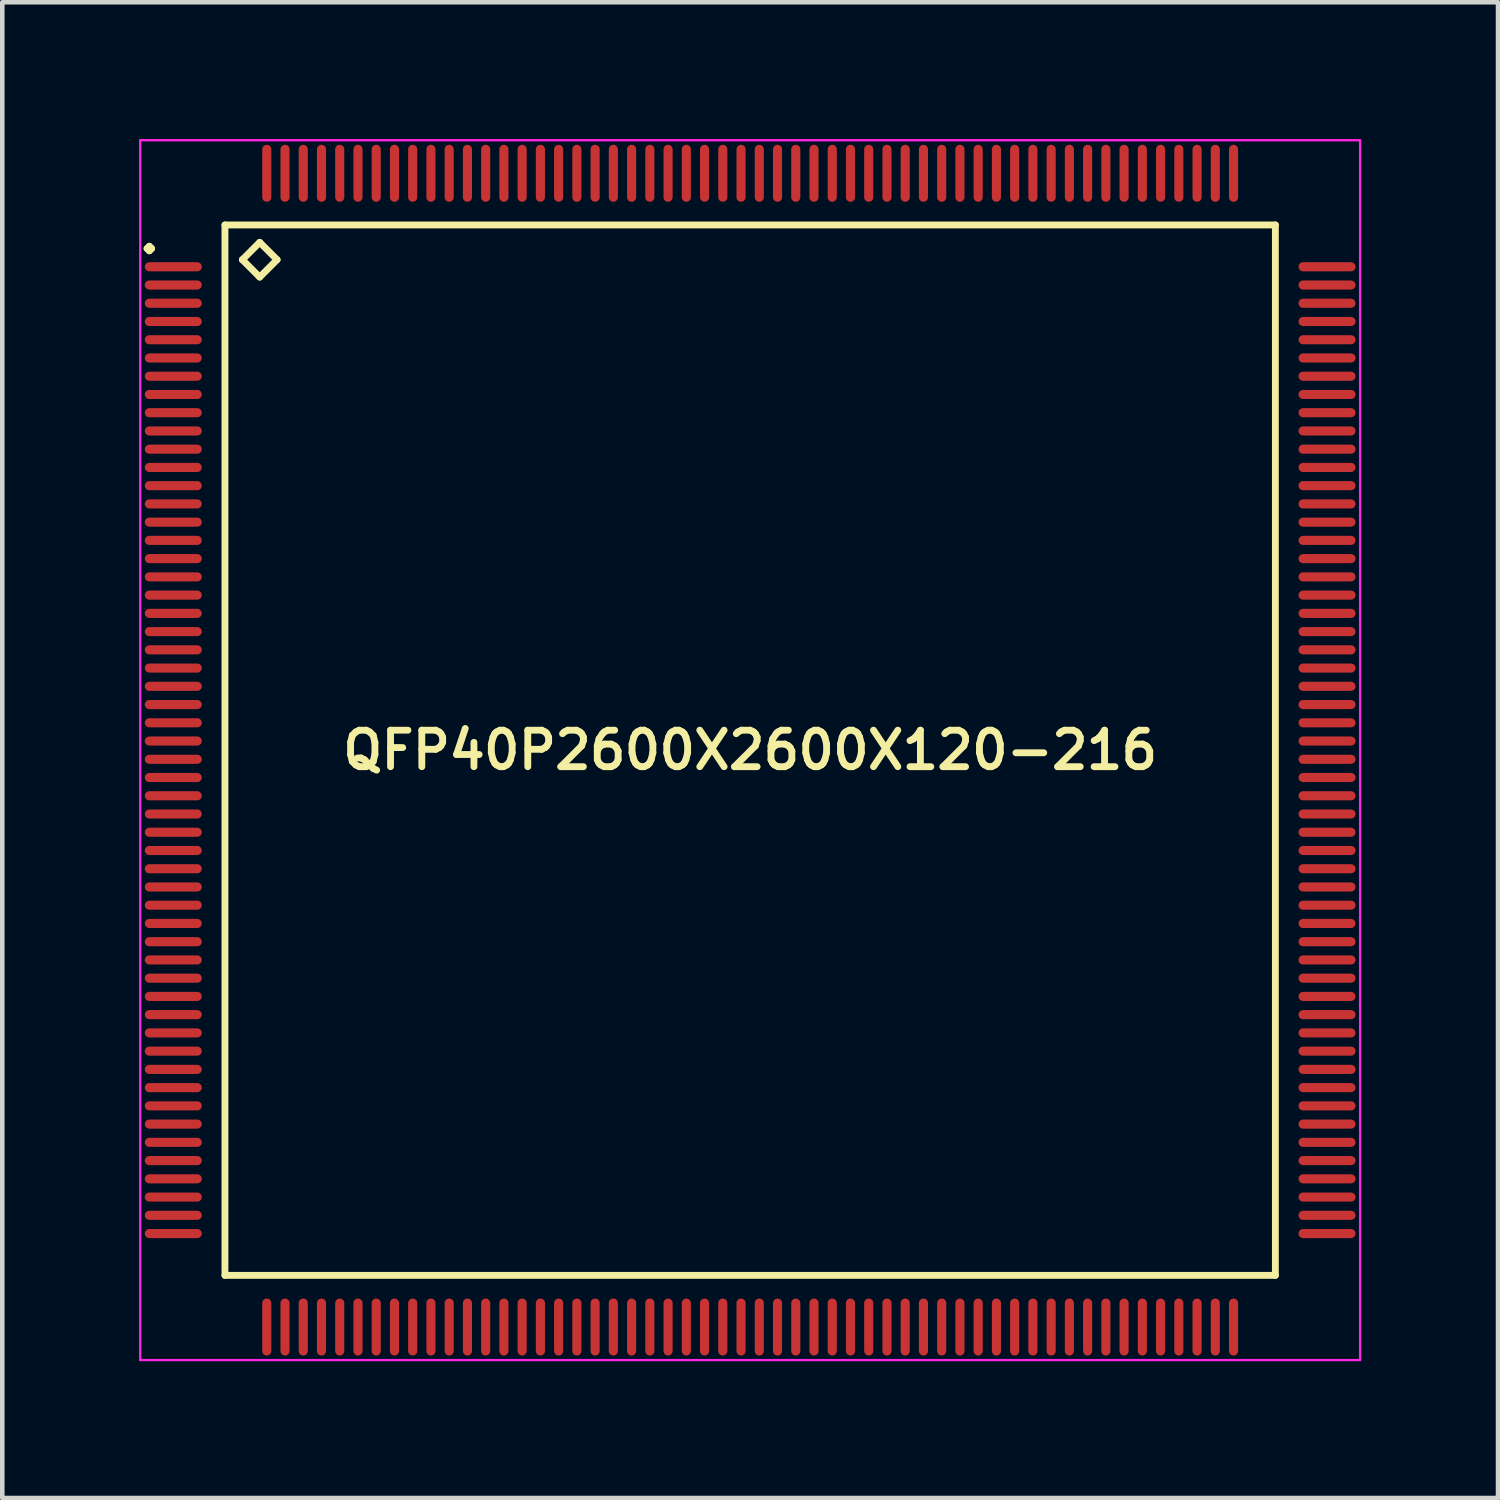
<source format=kicad_pcb>
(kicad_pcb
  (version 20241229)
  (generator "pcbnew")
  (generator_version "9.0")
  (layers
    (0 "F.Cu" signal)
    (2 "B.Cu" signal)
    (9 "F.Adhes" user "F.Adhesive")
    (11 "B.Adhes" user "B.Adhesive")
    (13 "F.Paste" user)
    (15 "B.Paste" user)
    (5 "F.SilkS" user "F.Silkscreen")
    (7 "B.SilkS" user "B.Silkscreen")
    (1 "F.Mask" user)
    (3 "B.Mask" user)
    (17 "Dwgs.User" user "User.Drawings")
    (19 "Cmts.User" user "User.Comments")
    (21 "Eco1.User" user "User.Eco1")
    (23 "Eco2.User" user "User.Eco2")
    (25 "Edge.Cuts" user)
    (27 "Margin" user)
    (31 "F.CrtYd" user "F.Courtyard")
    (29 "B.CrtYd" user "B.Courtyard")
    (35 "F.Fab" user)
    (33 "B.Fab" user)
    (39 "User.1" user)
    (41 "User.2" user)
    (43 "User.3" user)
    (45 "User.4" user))
  (footprint "QFP40P2600X2600X120-216"
    (layer "F.Cu")
    (at 13.4 13.4)
    (property "Reference" "QFP40P2600X2600X120-216" (at 0 0 0) (layer "F.SilkS") (effects (font (size 0.8 0.8) (thickness 0.15))))
    (attr smd)
    (fp_line (start -13.225 -11) (end -13.175 -11.05) (stroke (width 0.15) (type solid)) (layer "F.SilkS"))
    (fp_line (start -13.175 -11.05) (end -13.125 -11) (stroke (width 0.15) (type solid)) (layer "F.SilkS"))
    (fp_line (start -13.175 -10.95) (end -13.225 -11) (stroke (width 0.15) (type solid)) (layer "F.SilkS"))
    (fp_line (start -13.125 -11) (end -13.175 -10.95) (stroke (width 0.15) (type solid)) (layer "F.SilkS"))
    (fp_line (start -11.517 -11.517) (end -11.517 11.517) (stroke (width 0.15) (type solid)) (layer "F.SilkS"))
    (fp_line (start -11.517 11.517) (end 11.517 11.517) (stroke (width 0.15) (type solid)) (layer "F.SilkS"))
    (fp_line (start -11.136 -10.755) (end -10.755 -11.136) (stroke (width 0.15) (type solid)) (layer "F.SilkS"))
    (fp_line (start -10.755 -11.136) (end -10.374 -10.755) (stroke (width 0.15) (type solid)) (layer "F.SilkS"))
    (fp_line (start -10.755 -10.374) (end -11.136 -10.755) (stroke (width 0.15) (type solid)) (layer "F.SilkS"))
    (fp_line (start -10.374 -10.755) (end -10.755 -10.374) (stroke (width 0.15) (type solid)) (layer "F.SilkS"))
    (fp_line (start 11.517 -11.517) (end -11.517 -11.517) (stroke (width 0.15) (type solid)) (layer "F.SilkS"))
    (fp_line (start 11.517 11.517) (end 11.517 -11.517) (stroke (width 0.15) (type solid)) (layer "F.SilkS"))
    (fp_line (start -13.375 -13.375) (end 13.375 -13.375) (stroke (width 0.05) (type solid)) (layer "F.CrtYd"))
    (fp_line (start -13.375 13.375) (end -13.375 -13.375) (stroke (width 0.05) (type solid)) (layer "F.CrtYd"))
    (fp_line (start 13.375 -13.375) (end 13.375 13.375) (stroke (width 0.05) (type solid)) (layer "F.CrtYd"))
    (fp_line (start 13.375 13.375) (end -13.375 13.375) (stroke (width 0.05) (type solid)) (layer "F.CrtYd"))
    (pad "1" smd oval (at -12.65 -10.6) (size 1.25 0.2) (layers "F.Cu" "F.Mask" "F.Paste"))
    (pad "2" smd oval (at -12.65 -10.2) (size 1.25 0.2) (layers "F.Cu" "F.Mask" "F.Paste"))
    (pad "3" smd oval (at -12.65 -9.8) (size 1.25 0.2) (layers "F.Cu" "F.Mask" "F.Paste"))
    (pad "4" smd oval (at -12.65 -9.4) (size 1.25 0.2) (layers "F.Cu" "F.Mask" "F.Paste"))
    (pad "5" smd oval (at -12.65 -9) (size 1.25 0.2) (layers "F.Cu" "F.Mask" "F.Paste"))
    (pad "6" smd oval (at -12.65 -8.6) (size 1.25 0.2) (layers "F.Cu" "F.Mask" "F.Paste"))
    (pad "7" smd oval (at -12.65 -8.2) (size 1.25 0.2) (layers "F.Cu" "F.Mask" "F.Paste"))
    (pad "8" smd oval (at -12.65 -7.8) (size 1.25 0.2) (layers "F.Cu" "F.Mask" "F.Paste"))
    (pad "9" smd oval (at -12.65 -7.4) (size 1.25 0.2) (layers "F.Cu" "F.Mask" "F.Paste"))
    (pad "10" smd oval (at -12.65 -7) (size 1.25 0.2) (layers "F.Cu" "F.Mask" "F.Paste"))
    (pad "11" smd oval (at -12.65 -6.6) (size 1.25 0.2) (layers "F.Cu" "F.Mask" "F.Paste"))
    (pad "12" smd oval (at -12.65 -6.2) (size 1.25 0.2) (layers "F.Cu" "F.Mask" "F.Paste"))
    (pad "13" smd oval (at -12.65 -5.8) (size 1.25 0.2) (layers "F.Cu" "F.Mask" "F.Paste"))
    (pad "14" smd oval (at -12.65 -5.4) (size 1.25 0.2) (layers "F.Cu" "F.Mask" "F.Paste"))
    (pad "15" smd oval (at -12.65 -5) (size 1.25 0.2) (layers "F.Cu" "F.Mask" "F.Paste"))
    (pad "16" smd oval (at -12.65 -4.6) (size 1.25 0.2) (layers "F.Cu" "F.Mask" "F.Paste"))
    (pad "17" smd oval (at -12.65 -4.2) (size 1.25 0.2) (layers "F.Cu" "F.Mask" "F.Paste"))
    (pad "18" smd oval (at -12.65 -3.8) (size 1.25 0.2) (layers "F.Cu" "F.Mask" "F.Paste"))
    (pad "19" smd oval (at -12.65 -3.4) (size 1.25 0.2) (layers "F.Cu" "F.Mask" "F.Paste"))
    (pad "20" smd oval (at -12.65 -3) (size 1.25 0.2) (layers "F.Cu" "F.Mask" "F.Paste"))
    (pad "21" smd oval (at -12.65 -2.6) (size 1.25 0.2) (layers "F.Cu" "F.Mask" "F.Paste"))
    (pad "22" smd oval (at -12.65 -2.2) (size 1.25 0.2) (layers "F.Cu" "F.Mask" "F.Paste"))
    (pad "23" smd oval (at -12.65 -1.8) (size 1.25 0.2) (layers "F.Cu" "F.Mask" "F.Paste"))
    (pad "24" smd oval (at -12.65 -1.4) (size 1.25 0.2) (layers "F.Cu" "F.Mask" "F.Paste"))
    (pad "25" smd oval (at -12.65 -1) (size 1.25 0.2) (layers "F.Cu" "F.Mask" "F.Paste"))
    (pad "26" smd oval (at -12.65 -0.6) (size 1.25 0.2) (layers "F.Cu" "F.Mask" "F.Paste"))
    (pad "27" smd oval (at -12.65 -0.2) (size 1.25 0.2) (layers "F.Cu" "F.Mask" "F.Paste"))
    (pad "28" smd oval (at -12.65 0.2) (size 1.25 0.2) (layers "F.Cu" "F.Mask" "F.Paste"))
    (pad "29" smd oval (at -12.65 0.6) (size 1.25 0.2) (layers "F.Cu" "F.Mask" "F.Paste"))
    (pad "30" smd oval (at -12.65 1) (size 1.25 0.2) (layers "F.Cu" "F.Mask" "F.Paste"))
    (pad "31" smd oval (at -12.65 1.4) (size 1.25 0.2) (layers "F.Cu" "F.Mask" "F.Paste"))
    (pad "32" smd oval (at -12.65 1.8) (size 1.25 0.2) (layers "F.Cu" "F.Mask" "F.Paste"))
    (pad "33" smd oval (at -12.65 2.2) (size 1.25 0.2) (layers "F.Cu" "F.Mask" "F.Paste"))
    (pad "34" smd oval (at -12.65 2.6) (size 1.25 0.2) (layers "F.Cu" "F.Mask" "F.Paste"))
    (pad "35" smd oval (at -12.65 3) (size 1.25 0.2) (layers "F.Cu" "F.Mask" "F.Paste"))
    (pad "36" smd oval (at -12.65 3.4) (size 1.25 0.2) (layers "F.Cu" "F.Mask" "F.Paste"))
    (pad "37" smd oval (at -12.65 3.8) (size 1.25 0.2) (layers "F.Cu" "F.Mask" "F.Paste"))
    (pad "38" smd oval (at -12.65 4.2) (size 1.25 0.2) (layers "F.Cu" "F.Mask" "F.Paste"))
    (pad "39" smd oval (at -12.65 4.6) (size 1.25 0.2) (layers "F.Cu" "F.Mask" "F.Paste"))
    (pad "40" smd oval (at -12.65 5) (size 1.25 0.2) (layers "F.Cu" "F.Mask" "F.Paste"))
    (pad "41" smd oval (at -12.65 5.4) (size 1.25 0.2) (layers "F.Cu" "F.Mask" "F.Paste"))
    (pad "42" smd oval (at -12.65 5.8) (size 1.25 0.2) (layers "F.Cu" "F.Mask" "F.Paste"))
    (pad "43" smd oval (at -12.65 6.2) (size 1.25 0.2) (layers "F.Cu" "F.Mask" "F.Paste"))
    (pad "44" smd oval (at -12.65 6.6) (size 1.25 0.2) (layers "F.Cu" "F.Mask" "F.Paste"))
    (pad "45" smd oval (at -12.65 7) (size 1.25 0.2) (layers "F.Cu" "F.Mask" "F.Paste"))
    (pad "46" smd oval (at -12.65 7.4) (size 1.25 0.2) (layers "F.Cu" "F.Mask" "F.Paste"))
    (pad "47" smd oval (at -12.65 7.8) (size 1.25 0.2) (layers "F.Cu" "F.Mask" "F.Paste"))
    (pad "48" smd oval (at -12.65 8.2) (size 1.25 0.2) (layers "F.Cu" "F.Mask" "F.Paste"))
    (pad "49" smd oval (at -12.65 8.6) (size 1.25 0.2) (layers "F.Cu" "F.Mask" "F.Paste"))
    (pad "50" smd oval (at -12.65 9) (size 1.25 0.2) (layers "F.Cu" "F.Mask" "F.Paste"))
    (pad "51" smd oval (at -12.65 9.4) (size 1.25 0.2) (layers "F.Cu" "F.Mask" "F.Paste"))
    (pad "52" smd oval (at -12.65 9.8) (size 1.25 0.2) (layers "F.Cu" "F.Mask" "F.Paste"))
    (pad "53" smd oval (at -12.65 10.2) (size 1.25 0.2) (layers "F.Cu" "F.Mask" "F.Paste"))
    (pad "54" smd oval (at -12.65 10.6) (size 1.25 0.2) (layers "F.Cu" "F.Mask" "F.Paste"))
    (pad "55" smd oval (at -10.6 12.65) (size 0.2 1.25) (layers "F.Cu" "F.Mask" "F.Paste"))
    (pad "56" smd oval (at -10.2 12.65) (size 0.2 1.25) (layers "F.Cu" "F.Mask" "F.Paste"))
    (pad "57" smd oval (at -9.8 12.65) (size 0.2 1.25) (layers "F.Cu" "F.Mask" "F.Paste"))
    (pad "58" smd oval (at -9.4 12.65) (size 0.2 1.25) (layers "F.Cu" "F.Mask" "F.Paste"))
    (pad "59" smd oval (at -9 12.65) (size 0.2 1.25) (layers "F.Cu" "F.Mask" "F.Paste"))
    (pad "60" smd oval (at -8.6 12.65) (size 0.2 1.25) (layers "F.Cu" "F.Mask" "F.Paste"))
    (pad "61" smd oval (at -8.2 12.65) (size 0.2 1.25) (layers "F.Cu" "F.Mask" "F.Paste"))
    (pad "62" smd oval (at -7.8 12.65) (size 0.2 1.25) (layers "F.Cu" "F.Mask" "F.Paste"))
    (pad "63" smd oval (at -7.4 12.65) (size 0.2 1.25) (layers "F.Cu" "F.Mask" "F.Paste"))
    (pad "64" smd oval (at -7 12.65) (size 0.2 1.25) (layers "F.Cu" "F.Mask" "F.Paste"))
    (pad "65" smd oval (at -6.6 12.65) (size 0.2 1.25) (layers "F.Cu" "F.Mask" "F.Paste"))
    (pad "66" smd oval (at -6.2 12.65) (size 0.2 1.25) (layers "F.Cu" "F.Mask" "F.Paste"))
    (pad "67" smd oval (at -5.8 12.65) (size 0.2 1.25) (layers "F.Cu" "F.Mask" "F.Paste"))
    (pad "68" smd oval (at -5.4 12.65) (size 0.2 1.25) (layers "F.Cu" "F.Mask" "F.Paste"))
    (pad "69" smd oval (at -5 12.65) (size 0.2 1.25) (layers "F.Cu" "F.Mask" "F.Paste"))
    (pad "70" smd oval (at -4.6 12.65) (size 0.2 1.25) (layers "F.Cu" "F.Mask" "F.Paste"))
    (pad "71" smd oval (at -4.2 12.65) (size 0.2 1.25) (layers "F.Cu" "F.Mask" "F.Paste"))
    (pad "72" smd oval (at -3.8 12.65) (size 0.2 1.25) (layers "F.Cu" "F.Mask" "F.Paste"))
    (pad "73" smd oval (at -3.4 12.65) (size 0.2 1.25) (layers "F.Cu" "F.Mask" "F.Paste"))
    (pad "74" smd oval (at -3 12.65) (size 0.2 1.25) (layers "F.Cu" "F.Mask" "F.Paste"))
    (pad "75" smd oval (at -2.6 12.65) (size 0.2 1.25) (layers "F.Cu" "F.Mask" "F.Paste"))
    (pad "76" smd oval (at -2.2 12.65) (size 0.2 1.25) (layers "F.Cu" "F.Mask" "F.Paste"))
    (pad "77" smd oval (at -1.8 12.65) (size 0.2 1.25) (layers "F.Cu" "F.Mask" "F.Paste"))
    (pad "78" smd oval (at -1.4 12.65) (size 0.2 1.25) (layers "F.Cu" "F.Mask" "F.Paste"))
    (pad "79" smd oval (at -1 12.65) (size 0.2 1.25) (layers "F.Cu" "F.Mask" "F.Paste"))
    (pad "80" smd oval (at -0.6 12.65) (size 0.2 1.25) (layers "F.Cu" "F.Mask" "F.Paste"))
    (pad "81" smd oval (at -0.2 12.65) (size 0.2 1.25) (layers "F.Cu" "F.Mask" "F.Paste"))
    (pad "82" smd oval (at 0.2 12.65) (size 0.2 1.25) (layers "F.Cu" "F.Mask" "F.Paste"))
    (pad "83" smd oval (at 0.6 12.65) (size 0.2 1.25) (layers "F.Cu" "F.Mask" "F.Paste"))
    (pad "84" smd oval (at 1 12.65) (size 0.2 1.25) (layers "F.Cu" "F.Mask" "F.Paste"))
    (pad "85" smd oval (at 1.4 12.65) (size 0.2 1.25) (layers "F.Cu" "F.Mask" "F.Paste"))
    (pad "86" smd oval (at 1.8 12.65) (size 0.2 1.25) (layers "F.Cu" "F.Mask" "F.Paste"))
    (pad "87" smd oval (at 2.2 12.65) (size 0.2 1.25) (layers "F.Cu" "F.Mask" "F.Paste"))
    (pad "88" smd oval (at 2.6 12.65) (size 0.2 1.25) (layers "F.Cu" "F.Mask" "F.Paste"))
    (pad "89" smd oval (at 3 12.65) (size 0.2 1.25) (layers "F.Cu" "F.Mask" "F.Paste"))
    (pad "90" smd oval (at 3.4 12.65) (size 0.2 1.25) (layers "F.Cu" "F.Mask" "F.Paste"))
    (pad "91" smd oval (at 3.8 12.65) (size 0.2 1.25) (layers "F.Cu" "F.Mask" "F.Paste"))
    (pad "92" smd oval (at 4.2 12.65) (size 0.2 1.25) (layers "F.Cu" "F.Mask" "F.Paste"))
    (pad "93" smd oval (at 4.6 12.65) (size 0.2 1.25) (layers "F.Cu" "F.Mask" "F.Paste"))
    (pad "94" smd oval (at 5 12.65) (size 0.2 1.25) (layers "F.Cu" "F.Mask" "F.Paste"))
    (pad "95" smd oval (at 5.4 12.65) (size 0.2 1.25) (layers "F.Cu" "F.Mask" "F.Paste"))
    (pad "96" smd oval (at 5.8 12.65) (size 0.2 1.25) (layers "F.Cu" "F.Mask" "F.Paste"))
    (pad "97" smd oval (at 6.2 12.65) (size 0.2 1.25) (layers "F.Cu" "F.Mask" "F.Paste"))
    (pad "98" smd oval (at 6.6 12.65) (size 0.2 1.25) (layers "F.Cu" "F.Mask" "F.Paste"))
    (pad "99" smd oval (at 7 12.65) (size 0.2 1.25) (layers "F.Cu" "F.Mask" "F.Paste"))
    (pad "100" smd oval (at 7.4 12.65) (size 0.2 1.25) (layers "F.Cu" "F.Mask" "F.Paste"))
    (pad "101" smd oval (at 7.8 12.65) (size 0.2 1.25) (layers "F.Cu" "F.Mask" "F.Paste"))
    (pad "102" smd oval (at 8.2 12.65) (size 0.2 1.25) (layers "F.Cu" "F.Mask" "F.Paste"))
    (pad "103" smd oval (at 8.6 12.65) (size 0.2 1.25) (layers "F.Cu" "F.Mask" "F.Paste"))
    (pad "104" smd oval (at 9 12.65) (size 0.2 1.25) (layers "F.Cu" "F.Mask" "F.Paste"))
    (pad "105" smd oval (at 9.4 12.65) (size 0.2 1.25) (layers "F.Cu" "F.Mask" "F.Paste"))
    (pad "106" smd oval (at 9.8 12.65) (size 0.2 1.25) (layers "F.Cu" "F.Mask" "F.Paste"))
    (pad "107" smd oval (at 10.2 12.65) (size 0.2 1.25) (layers "F.Cu" "F.Mask" "F.Paste"))
    (pad "108" smd oval (at 10.6 12.65) (size 0.2 1.25) (layers "F.Cu" "F.Mask" "F.Paste"))
    (pad "109" smd oval (at 12.65 10.6) (size 1.25 0.2) (layers "F.Cu" "F.Mask" "F.Paste"))
    (pad "110" smd oval (at 12.65 10.2) (size 1.25 0.2) (layers "F.Cu" "F.Mask" "F.Paste"))
    (pad "111" smd oval (at 12.65 9.8) (size 1.25 0.2) (layers "F.Cu" "F.Mask" "F.Paste"))
    (pad "112" smd oval (at 12.65 9.4) (size 1.25 0.2) (layers "F.Cu" "F.Mask" "F.Paste"))
    (pad "113" smd oval (at 12.65 9) (size 1.25 0.2) (layers "F.Cu" "F.Mask" "F.Paste"))
    (pad "114" smd oval (at 12.65 8.6) (size 1.25 0.2) (layers "F.Cu" "F.Mask" "F.Paste"))
    (pad "115" smd oval (at 12.65 8.2) (size 1.25 0.2) (layers "F.Cu" "F.Mask" "F.Paste"))
    (pad "116" smd oval (at 12.65 7.8) (size 1.25 0.2) (layers "F.Cu" "F.Mask" "F.Paste"))
    (pad "117" smd oval (at 12.65 7.4) (size 1.25 0.2) (layers "F.Cu" "F.Mask" "F.Paste"))
    (pad "118" smd oval (at 12.65 7) (size 1.25 0.2) (layers "F.Cu" "F.Mask" "F.Paste"))
    (pad "119" smd oval (at 12.65 6.6) (size 1.25 0.2) (layers "F.Cu" "F.Mask" "F.Paste"))
    (pad "120" smd oval (at 12.65 6.2) (size 1.25 0.2) (layers "F.Cu" "F.Mask" "F.Paste"))
    (pad "121" smd oval (at 12.65 5.8) (size 1.25 0.2) (layers "F.Cu" "F.Mask" "F.Paste"))
    (pad "122" smd oval (at 12.65 5.4) (size 1.25 0.2) (layers "F.Cu" "F.Mask" "F.Paste"))
    (pad "123" smd oval (at 12.65 5) (size 1.25 0.2) (layers "F.Cu" "F.Mask" "F.Paste"))
    (pad "124" smd oval (at 12.65 4.6) (size 1.25 0.2) (layers "F.Cu" "F.Mask" "F.Paste"))
    (pad "125" smd oval (at 12.65 4.2) (size 1.25 0.2) (layers "F.Cu" "F.Mask" "F.Paste"))
    (pad "126" smd oval (at 12.65 3.8) (size 1.25 0.2) (layers "F.Cu" "F.Mask" "F.Paste"))
    (pad "127" smd oval (at 12.65 3.4) (size 1.25 0.2) (layers "F.Cu" "F.Mask" "F.Paste"))
    (pad "128" smd oval (at 12.65 3) (size 1.25 0.2) (layers "F.Cu" "F.Mask" "F.Paste"))
    (pad "129" smd oval (at 12.65 2.6) (size 1.25 0.2) (layers "F.Cu" "F.Mask" "F.Paste"))
    (pad "130" smd oval (at 12.65 2.2) (size 1.25 0.2) (layers "F.Cu" "F.Mask" "F.Paste"))
    (pad "131" smd oval (at 12.65 1.8) (size 1.25 0.2) (layers "F.Cu" "F.Mask" "F.Paste"))
    (pad "132" smd oval (at 12.65 1.4) (size 1.25 0.2) (layers "F.Cu" "F.Mask" "F.Paste"))
    (pad "133" smd oval (at 12.65 1) (size 1.25 0.2) (layers "F.Cu" "F.Mask" "F.Paste"))
    (pad "134" smd oval (at 12.65 0.6) (size 1.25 0.2) (layers "F.Cu" "F.Mask" "F.Paste"))
    (pad "135" smd oval (at 12.65 0.2) (size 1.25 0.2) (layers "F.Cu" "F.Mask" "F.Paste"))
    (pad "136" smd oval (at 12.65 -0.2) (size 1.25 0.2) (layers "F.Cu" "F.Mask" "F.Paste"))
    (pad "137" smd oval (at 12.65 -0.6) (size 1.25 0.2) (layers "F.Cu" "F.Mask" "F.Paste"))
    (pad "138" smd oval (at 12.65 -1) (size 1.25 0.2) (layers "F.Cu" "F.Mask" "F.Paste"))
    (pad "139" smd oval (at 12.65 -1.4) (size 1.25 0.2) (layers "F.Cu" "F.Mask" "F.Paste"))
    (pad "140" smd oval (at 12.65 -1.8) (size 1.25 0.2) (layers "F.Cu" "F.Mask" "F.Paste"))
    (pad "141" smd oval (at 12.65 -2.2) (size 1.25 0.2) (layers "F.Cu" "F.Mask" "F.Paste"))
    (pad "142" smd oval (at 12.65 -2.6) (size 1.25 0.2) (layers "F.Cu" "F.Mask" "F.Paste"))
    (pad "143" smd oval (at 12.65 -3) (size 1.25 0.2) (layers "F.Cu" "F.Mask" "F.Paste"))
    (pad "144" smd oval (at 12.65 -3.4) (size 1.25 0.2) (layers "F.Cu" "F.Mask" "F.Paste"))
    (pad "145" smd oval (at 12.65 -3.8) (size 1.25 0.2) (layers "F.Cu" "F.Mask" "F.Paste"))
    (pad "146" smd oval (at 12.65 -4.2) (size 1.25 0.2) (layers "F.Cu" "F.Mask" "F.Paste"))
    (pad "147" smd oval (at 12.65 -4.6) (size 1.25 0.2) (layers "F.Cu" "F.Mask" "F.Paste"))
    (pad "148" smd oval (at 12.65 -5) (size 1.25 0.2) (layers "F.Cu" "F.Mask" "F.Paste"))
    (pad "149" smd oval (at 12.65 -5.4) (size 1.25 0.2) (layers "F.Cu" "F.Mask" "F.Paste"))
    (pad "150" smd oval (at 12.65 -5.8) (size 1.25 0.2) (layers "F.Cu" "F.Mask" "F.Paste"))
    (pad "151" smd oval (at 12.65 -6.2) (size 1.25 0.2) (layers "F.Cu" "F.Mask" "F.Paste"))
    (pad "152" smd oval (at 12.65 -6.6) (size 1.25 0.2) (layers "F.Cu" "F.Mask" "F.Paste"))
    (pad "153" smd oval (at 12.65 -7) (size 1.25 0.2) (layers "F.Cu" "F.Mask" "F.Paste"))
    (pad "154" smd oval (at 12.65 -7.4) (size 1.25 0.2) (layers "F.Cu" "F.Mask" "F.Paste"))
    (pad "155" smd oval (at 12.65 -7.8) (size 1.25 0.2) (layers "F.Cu" "F.Mask" "F.Paste"))
    (pad "156" smd oval (at 12.65 -8.2) (size 1.25 0.2) (layers "F.Cu" "F.Mask" "F.Paste"))
    (pad "157" smd oval (at 12.65 -8.6) (size 1.25 0.2) (layers "F.Cu" "F.Mask" "F.Paste"))
    (pad "158" smd oval (at 12.65 -9) (size 1.25 0.2) (layers "F.Cu" "F.Mask" "F.Paste"))
    (pad "159" smd oval (at 12.65 -9.4) (size 1.25 0.2) (layers "F.Cu" "F.Mask" "F.Paste"))
    (pad "160" smd oval (at 12.65 -9.8) (size 1.25 0.2) (layers "F.Cu" "F.Mask" "F.Paste"))
    (pad "161" smd oval (at 12.65 -10.2) (size 1.25 0.2) (layers "F.Cu" "F.Mask" "F.Paste"))
    (pad "162" smd oval (at 12.65 -10.6) (size 1.25 0.2) (layers "F.Cu" "F.Mask" "F.Paste"))
    (pad "163" smd oval (at 10.6 -12.65) (size 0.2 1.25) (layers "F.Cu" "F.Mask" "F.Paste"))
    (pad "164" smd oval (at 10.2 -12.65) (size 0.2 1.25) (layers "F.Cu" "F.Mask" "F.Paste"))
    (pad "165" smd oval (at 9.8 -12.65) (size 0.2 1.25) (layers "F.Cu" "F.Mask" "F.Paste"))
    (pad "166" smd oval (at 9.4 -12.65) (size 0.2 1.25) (layers "F.Cu" "F.Mask" "F.Paste"))
    (pad "167" smd oval (at 9 -12.65) (size 0.2 1.25) (layers "F.Cu" "F.Mask" "F.Paste"))
    (pad "168" smd oval (at 8.6 -12.65) (size 0.2 1.25) (layers "F.Cu" "F.Mask" "F.Paste"))
    (pad "169" smd oval (at 8.2 -12.65) (size 0.2 1.25) (layers "F.Cu" "F.Mask" "F.Paste"))
    (pad "170" smd oval (at 7.8 -12.65) (size 0.2 1.25) (layers "F.Cu" "F.Mask" "F.Paste"))
    (pad "171" smd oval (at 7.4 -12.65) (size 0.2 1.25) (layers "F.Cu" "F.Mask" "F.Paste"))
    (pad "172" smd oval (at 7 -12.65) (size 0.2 1.25) (layers "F.Cu" "F.Mask" "F.Paste"))
    (pad "173" smd oval (at 6.6 -12.65) (size 0.2 1.25) (layers "F.Cu" "F.Mask" "F.Paste"))
    (pad "174" smd oval (at 6.2 -12.65) (size 0.2 1.25) (layers "F.Cu" "F.Mask" "F.Paste"))
    (pad "175" smd oval (at 5.8 -12.65) (size 0.2 1.25) (layers "F.Cu" "F.Mask" "F.Paste"))
    (pad "176" smd oval (at 5.4 -12.65) (size 0.2 1.25) (layers "F.Cu" "F.Mask" "F.Paste"))
    (pad "177" smd oval (at 5 -12.65) (size 0.2 1.25) (layers "F.Cu" "F.Mask" "F.Paste"))
    (pad "178" smd oval (at 4.6 -12.65) (size 0.2 1.25) (layers "F.Cu" "F.Mask" "F.Paste"))
    (pad "179" smd oval (at 4.2 -12.65) (size 0.2 1.25) (layers "F.Cu" "F.Mask" "F.Paste"))
    (pad "180" smd oval (at 3.8 -12.65) (size 0.2 1.25) (layers "F.Cu" "F.Mask" "F.Paste"))
    (pad "181" smd oval (at 3.4 -12.65) (size 0.2 1.25) (layers "F.Cu" "F.Mask" "F.Paste"))
    (pad "182" smd oval (at 3 -12.65) (size 0.2 1.25) (layers "F.Cu" "F.Mask" "F.Paste"))
    (pad "183" smd oval (at 2.6 -12.65) (size 0.2 1.25) (layers "F.Cu" "F.Mask" "F.Paste"))
    (pad "184" smd oval (at 2.2 -12.65) (size 0.2 1.25) (layers "F.Cu" "F.Mask" "F.Paste"))
    (pad "185" smd oval (at 1.8 -12.65) (size 0.2 1.25) (layers "F.Cu" "F.Mask" "F.Paste"))
    (pad "186" smd oval (at 1.4 -12.65) (size 0.2 1.25) (layers "F.Cu" "F.Mask" "F.Paste"))
    (pad "187" smd oval (at 1 -12.65) (size 0.2 1.25) (layers "F.Cu" "F.Mask" "F.Paste"))
    (pad "188" smd oval (at 0.6 -12.65) (size 0.2 1.25) (layers "F.Cu" "F.Mask" "F.Paste"))
    (pad "189" smd oval (at 0.2 -12.65) (size 0.2 1.25) (layers "F.Cu" "F.Mask" "F.Paste"))
    (pad "190" smd oval (at -0.2 -12.65) (size 0.2 1.25) (layers "F.Cu" "F.Mask" "F.Paste"))
    (pad "191" smd oval (at -0.6 -12.65) (size 0.2 1.25) (layers "F.Cu" "F.Mask" "F.Paste"))
    (pad "192" smd oval (at -1 -12.65) (size 0.2 1.25) (layers "F.Cu" "F.Mask" "F.Paste"))
    (pad "193" smd oval (at -1.4 -12.65) (size 0.2 1.25) (layers "F.Cu" "F.Mask" "F.Paste"))
    (pad "194" smd oval (at -1.8 -12.65) (size 0.2 1.25) (layers "F.Cu" "F.Mask" "F.Paste"))
    (pad "195" smd oval (at -2.2 -12.65) (size 0.2 1.25) (layers "F.Cu" "F.Mask" "F.Paste"))
    (pad "196" smd oval (at -2.6 -12.65) (size 0.2 1.25) (layers "F.Cu" "F.Mask" "F.Paste"))
    (pad "197" smd oval (at -3 -12.65) (size 0.2 1.25) (layers "F.Cu" "F.Mask" "F.Paste"))
    (pad "198" smd oval (at -3.4 -12.65) (size 0.2 1.25) (layers "F.Cu" "F.Mask" "F.Paste"))
    (pad "199" smd oval (at -3.8 -12.65) (size 0.2 1.25) (layers "F.Cu" "F.Mask" "F.Paste"))
    (pad "200" smd oval (at -4.2 -12.65) (size 0.2 1.25) (layers "F.Cu" "F.Mask" "F.Paste"))
    (pad "201" smd oval (at -4.6 -12.65) (size 0.2 1.25) (layers "F.Cu" "F.Mask" "F.Paste"))
    (pad "202" smd oval (at -5 -12.65) (size 0.2 1.25) (layers "F.Cu" "F.Mask" "F.Paste"))
    (pad "203" smd oval (at -5.4 -12.65) (size 0.2 1.25) (layers "F.Cu" "F.Mask" "F.Paste"))
    (pad "204" smd oval (at -5.8 -12.65) (size 0.2 1.25) (layers "F.Cu" "F.Mask" "F.Paste"))
    (pad "205" smd oval (at -6.2 -12.65) (size 0.2 1.25) (layers "F.Cu" "F.Mask" "F.Paste"))
    (pad "206" smd oval (at -6.6 -12.65) (size 0.2 1.25) (layers "F.Cu" "F.Mask" "F.Paste"))
    (pad "207" smd oval (at -7 -12.65) (size 0.2 1.25) (layers "F.Cu" "F.Mask" "F.Paste"))
    (pad "208" smd oval (at -7.4 -12.65) (size 0.2 1.25) (layers "F.Cu" "F.Mask" "F.Paste"))
    (pad "209" smd oval (at -7.8 -12.65) (size 0.2 1.25) (layers "F.Cu" "F.Mask" "F.Paste"))
    (pad "210" smd oval (at -8.2 -12.65) (size 0.2 1.25) (layers "F.Cu" "F.Mask" "F.Paste"))
    (pad "211" smd oval (at -8.6 -12.65) (size 0.2 1.25) (layers "F.Cu" "F.Mask" "F.Paste"))
    (pad "212" smd oval (at -9 -12.65) (size 0.2 1.25) (layers "F.Cu" "F.Mask" "F.Paste"))
    (pad "213" smd oval (at -9.4 -12.65) (size 0.2 1.25) (layers "F.Cu" "F.Mask" "F.Paste"))
    (pad "214" smd oval (at -9.8 -12.65) (size 0.2 1.25) (layers "F.Cu" "F.Mask" "F.Paste"))
    (pad "215" smd oval (at -10.2 -12.65) (size 0.2 1.25) (layers "F.Cu" "F.Mask" "F.Paste"))
    (pad "216" smd oval (at -10.6 -12.65) (size 0.2 1.25) (layers "F.Cu" "F.Mask" "F.Paste")))
  (gr_rect
    (start -3 -3)
    (end 29.8 29.8)
    (stroke (width 0.1) (type default))
    (fill no)
    (layer "Edge.Cuts")))
</source>
